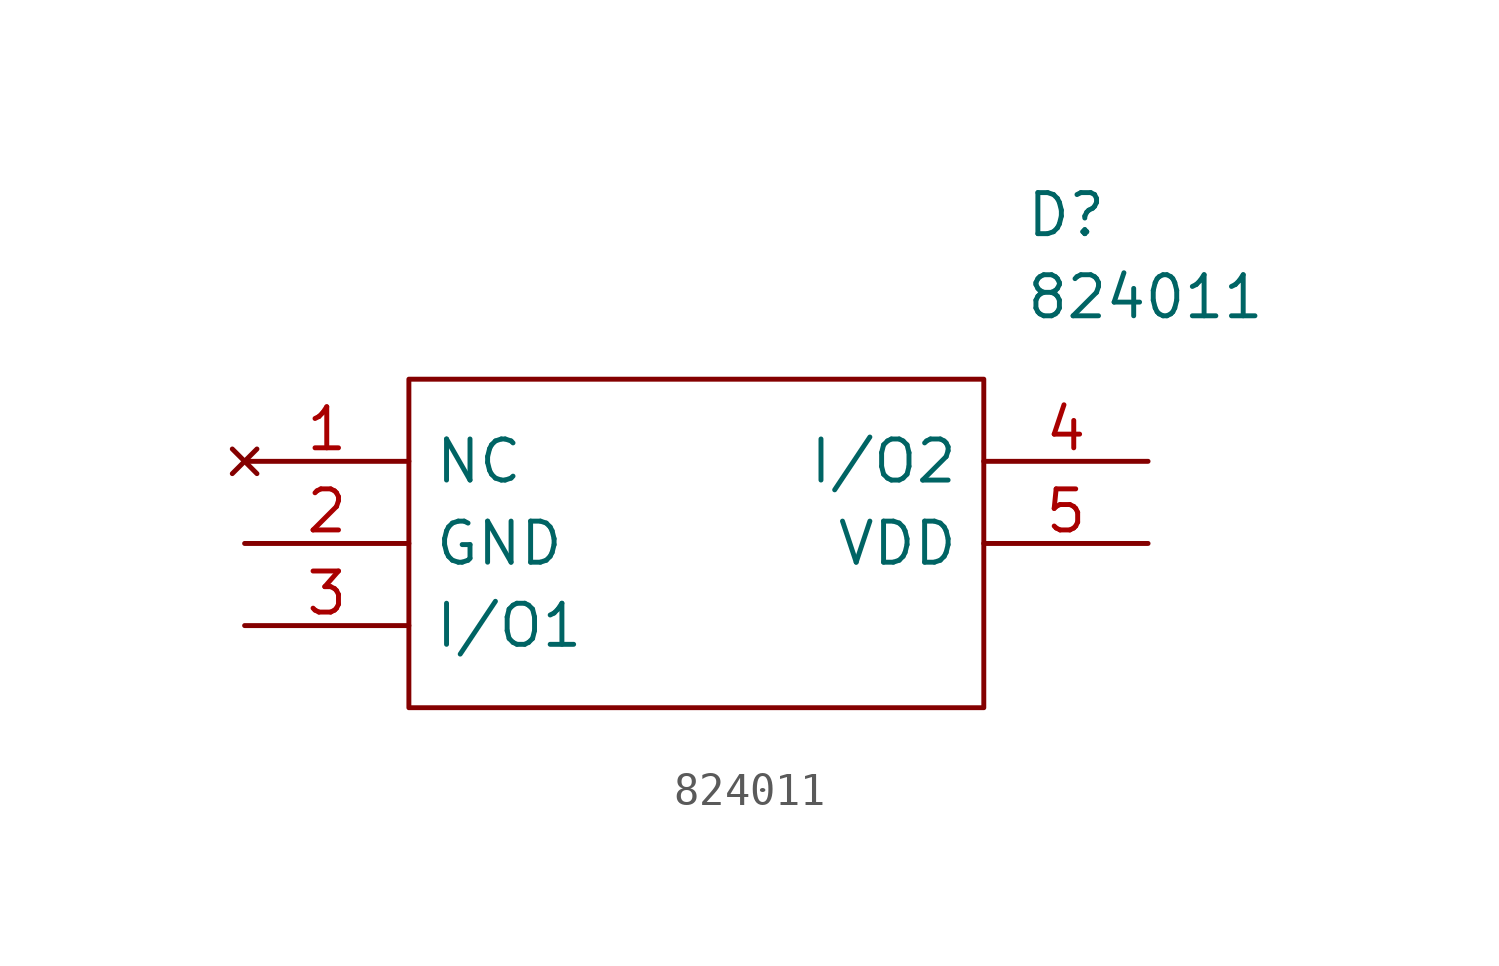
<source format=kicad_sym>
(kicad_symbol_lib
  (version 20210619)
  (generator kicad_symbol_editor)
  (symbol "tvs:824011"
    (pin_names
      (offset 0.762))
    (property "Reference" "D"
      (at 24.13 7.62 0)
      (effects (font (size 1.27 1.27)) (justify left)))
    (property "Value" "824011"
      (at 24.13 5.08 0)
      (effects (font (size 1.27 1.27)) (justify left)))
    (symbol "824011_0_0"
      (pin no_connect line (at 0 0 0) (length 5.08) (name "NC" (effects (font (size 1.27 1.27)))) (number "1" (effects (font (size 1.27 1.27)))))
      (pin power_in line (at 0 -2.54 0) (length 5.08) (name "GND" (effects (font (size 1.27 1.27)))) (number "2" (effects (font (size 1.27 1.27)))))
      (pin bidirectional line (at 0 -5.08 0) (length 5.08) (name "I/O1" (effects (font (size 1.27 1.27)))) (number "3" (effects (font (size 1.27 1.27)))))
      (pin bidirectional line (at 27.94 0 180) (length 5.08) (name "I/O2" (effects (font (size 1.27 1.27)))) (number "4" (effects (font (size 1.27 1.27)))))
      (pin power_in line (at 27.94 -2.54 180) (length 5.08) (name "VDD" (effects (font (size 1.27 1.27)))) (number "5" (effects (font (size 1.27 1.27))))))
    (symbol "824011_0_1"
      (polyline (pts (xy 5.08 2.54) (xy 22.86 2.54) (xy 22.86 -7.62) (xy 5.08 -7.62) (xy 5.08 2.54)) (stroke (width 0.152)) (fill (type none))))))
</source>
